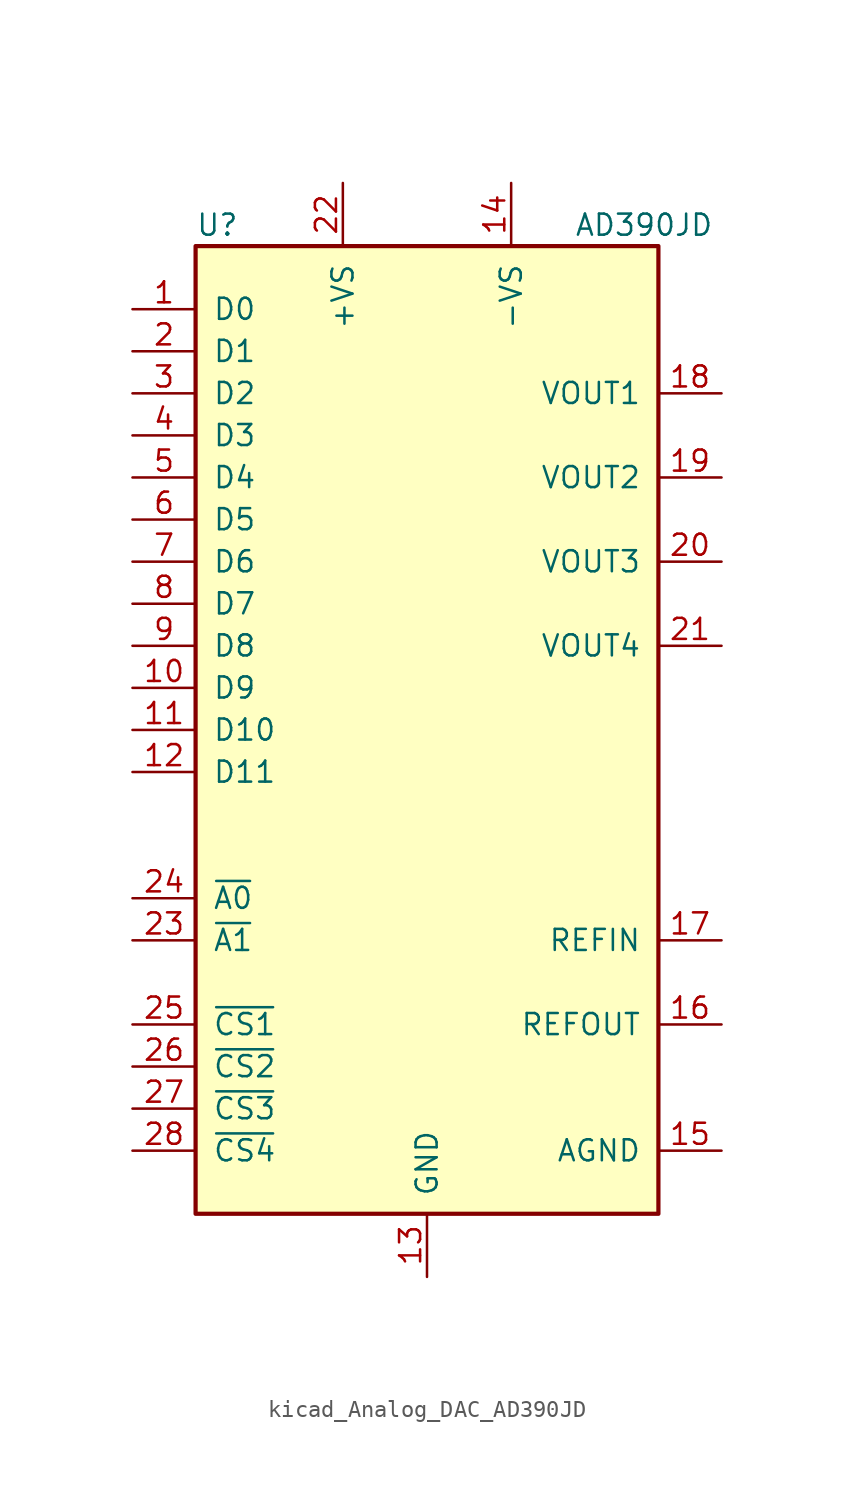
<source format=kicad_sym>
(kicad_symbol_lib
  (version 20220914)
  (generator kicad_symbol_editor)
  (symbol "kicad_Analog_DAC_AD390JD"
    (pin_names
      (offset 1.016))
    (property "Reference" "U"
      (at -13.97 30.48 0)
      (effects (font (size 1.27 1.27)) (justify left)))
    (property "Value" "AD390JD"
      (at 8.89 30.48 0)
      (effects (font (size 1.27 1.27)) (justify left)))
    (symbol "kicad_Analog_DAC_AD390JD_0_1"
      (rectangle (start -13.97 -29.21) (end 13.97 29.21) (stroke (width 0.254) (type default)) (fill (type background))))
    (symbol "kicad_Analog_DAC_AD390JD_1_1"
      (pin input line (at -17.78 25.4 0) (length 3.81) (name "D0" (effects (font (size 1.27 1.27)))) (number "1" (effects (font (size 1.27 1.27)))))
      (pin input line (at -17.78 2.54 0) (length 3.81) (name "D9" (effects (font (size 1.27 1.27)))) (number "10" (effects (font (size 1.27 1.27)))))
      (pin input line (at -17.78 0 0) (length 3.81) (name "D10" (effects (font (size 1.27 1.27)))) (number "11" (effects (font (size 1.27 1.27)))))
      (pin input line (at -17.78 -2.54 0) (length 3.81) (name "D11" (effects (font (size 1.27 1.27)))) (number "12" (effects (font (size 1.27 1.27)))))
      (pin power_in line (at 0 -33.02 90) (length 3.81) (name "GND" (effects (font (size 1.27 1.27)))) (number "13" (effects (font (size 1.27 1.27)))))
      (pin power_in line (at 5.08 33.02 270) (length 3.81) (name "-VS" (effects (font (size 1.27 1.27)))) (number "14" (effects (font (size 1.27 1.27)))))
      (pin passive line (at 17.78 -25.4 180) (length 3.81) (name "AGND" (effects (font (size 1.27 1.27)))) (number "15" (effects (font (size 1.27 1.27)))))
      (pin passive line (at 17.78 -17.78 180) (length 3.81) (name "REFOUT" (effects (font (size 1.27 1.27)))) (number "16" (effects (font (size 1.27 1.27)))))
      (pin passive line (at 17.78 -12.7 180) (length 3.81) (name "REFIN" (effects (font (size 1.27 1.27)))) (number "17" (effects (font (size 1.27 1.27)))))
      (pin passive line (at 17.78 20.32 180) (length 3.81) (name "VOUT1" (effects (font (size 1.27 1.27)))) (number "18" (effects (font (size 1.27 1.27)))))
      (pin passive line (at 17.78 15.24 180) (length 3.81) (name "VOUT2" (effects (font (size 1.27 1.27)))) (number "19" (effects (font (size 1.27 1.27)))))
      (pin input line (at -17.78 22.86 0) (length 3.81) (name "D1" (effects (font (size 1.27 1.27)))) (number "2" (effects (font (size 1.27 1.27)))))
      (pin passive line (at 17.78 10.16 180) (length 3.81) (name "VOUT3" (effects (font (size 1.27 1.27)))) (number "20" (effects (font (size 1.27 1.27)))))
      (pin passive line (at 17.78 5.08 180) (length 3.81) (name "VOUT4" (effects (font (size 1.27 1.27)))) (number "21" (effects (font (size 1.27 1.27)))))
      (pin power_in line (at -5.08 33.02 270) (length 3.81) (name "+VS" (effects (font (size 1.27 1.27)))) (number "22" (effects (font (size 1.27 1.27)))))
      (pin input line (at -17.78 -12.7 0) (length 3.81) (name "~{A1}" (effects (font (size 1.27 1.27)))) (number "23" (effects (font (size 1.27 1.27)))))
      (pin input line (at -17.78 -10.16 0) (length 3.81) (name "~{A0}" (effects (font (size 1.27 1.27)))) (number "24" (effects (font (size 1.27 1.27)))))
      (pin input line (at -17.78 -17.78 0) (length 3.81) (name "~{CS1}" (effects (font (size 1.27 1.27)))) (number "25" (effects (font (size 1.27 1.27)))))
      (pin input line (at -17.78 -20.32 0) (length 3.81) (name "~{CS2}" (effects (font (size 1.27 1.27)))) (number "26" (effects (font (size 1.27 1.27)))))
      (pin input line (at -17.78 -22.86 0) (length 3.81) (name "~{CS3}" (effects (font (size 1.27 1.27)))) (number "27" (effects (font (size 1.27 1.27)))))
      (pin input line (at -17.78 -25.4 0) (length 3.81) (name "~{CS4}" (effects (font (size 1.27 1.27)))) (number "28" (effects (font (size 1.27 1.27)))))
      (pin input line (at -17.78 20.32 0) (length 3.81) (name "D2" (effects (font (size 1.27 1.27)))) (number "3" (effects (font (size 1.27 1.27)))))
      (pin input line (at -17.78 17.78 0) (length 3.81) (name "D3" (effects (font (size 1.27 1.27)))) (number "4" (effects (font (size 1.27 1.27)))))
      (pin input line (at -17.78 15.24 0) (length 3.81) (name "D4" (effects (font (size 1.27 1.27)))) (number "5" (effects (font (size 1.27 1.27)))))
      (pin input line (at -17.78 12.7 0) (length 3.81) (name "D5" (effects (font (size 1.27 1.27)))) (number "6" (effects (font (size 1.27 1.27)))))
      (pin input line (at -17.78 10.16 0) (length 3.81) (name "D6" (effects (font (size 1.27 1.27)))) (number "7" (effects (font (size 1.27 1.27)))))
      (pin input line (at -17.78 7.62 0) (length 3.81) (name "D7" (effects (font (size 1.27 1.27)))) (number "8" (effects (font (size 1.27 1.27)))))
      (pin input line (at -17.78 5.08 0) (length 3.81) (name "D8" (effects (font (size 1.27 1.27)))) (number "9" (effects (font (size 1.27 1.27))))))))
</source>
